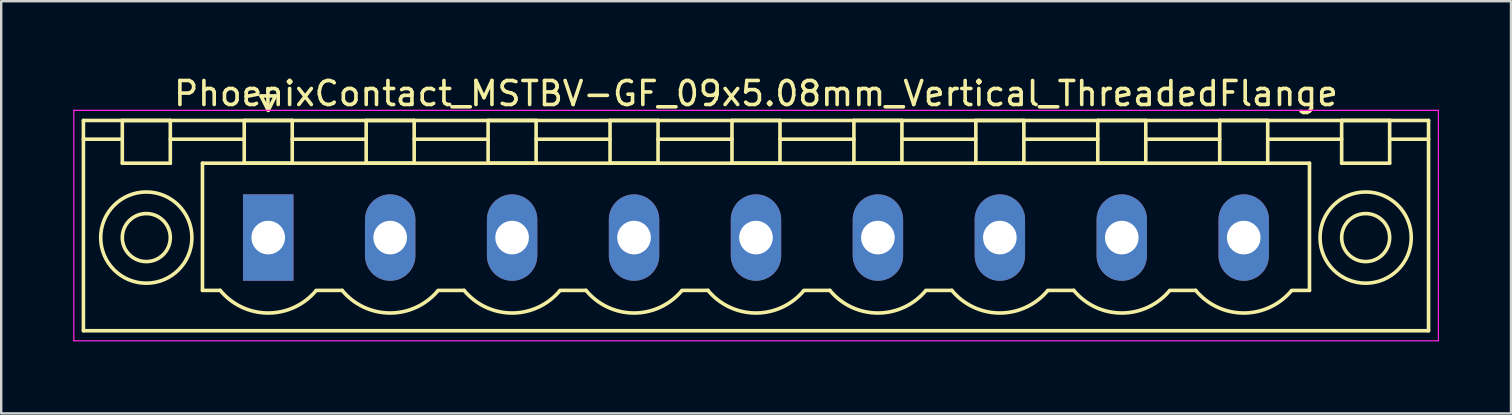
<source format=kicad_pcb>
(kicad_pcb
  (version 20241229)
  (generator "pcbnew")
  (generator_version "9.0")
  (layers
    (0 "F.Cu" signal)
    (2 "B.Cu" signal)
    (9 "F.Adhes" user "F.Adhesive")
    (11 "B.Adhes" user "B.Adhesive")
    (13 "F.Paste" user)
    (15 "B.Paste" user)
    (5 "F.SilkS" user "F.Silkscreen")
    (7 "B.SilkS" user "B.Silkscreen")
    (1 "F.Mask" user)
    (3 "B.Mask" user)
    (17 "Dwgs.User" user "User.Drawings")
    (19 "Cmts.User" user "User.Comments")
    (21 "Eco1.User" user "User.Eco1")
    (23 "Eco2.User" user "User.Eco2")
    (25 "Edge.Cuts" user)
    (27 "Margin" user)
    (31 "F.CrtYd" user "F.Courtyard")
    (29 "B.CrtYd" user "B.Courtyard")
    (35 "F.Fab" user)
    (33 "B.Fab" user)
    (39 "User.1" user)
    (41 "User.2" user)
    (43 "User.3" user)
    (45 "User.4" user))
  (footprint "PhoenixContact_MSTBV-GF_09x5.08mm_Vertical_ThreadedFlange"
    (layer "F.Cu")
    (at 8.125 6.848)
    (property "Reference" "PhoenixContact_MSTBV-GF_09x5.08mm_Vertical_ThreadedFlange" (at 20.32 -6 0) (layer "F.SilkS") (effects (font (size 1 1) (thickness 0.15))))
    (attr through_hole)
    (fp_line (start -7.7 -4.88) (end -7.7 3.88) (stroke (width 0.15) (type solid)) (layer "F.SilkS"))
    (fp_line (start -7.7 -4.1) (end -6.16 -4.1) (stroke (width 0.15) (type solid)) (layer "F.SilkS"))
    (fp_line (start -7.7 3.88) (end 48.34 3.88) (stroke (width 0.15) (type solid)) (layer "F.SilkS"))
    (fp_line (start -6.08 -4.88) (end -4.08 -4.88) (stroke (width 0.15) (type solid)) (layer "F.SilkS"))
    (fp_line (start -6.08 -3.1) (end -6.08 -4.88) (stroke (width 0.15) (type solid)) (layer "F.SilkS"))
    (fp_line (start -4.08 -4.88) (end -4.08 -3.1) (stroke (width 0.15) (type solid)) (layer "F.SilkS"))
    (fp_line (start -4.08 -4.1) (end -1 -4.1) (stroke (width 0.15) (type solid)) (layer "F.SilkS"))
    (fp_line (start -4.08 -3.1) (end -6.08 -3.1) (stroke (width 0.15) (type solid)) (layer "F.SilkS"))
    (fp_line (start -2.74 -3.1) (end 43.38 -3.1) (stroke (width 0.15) (type solid)) (layer "F.SilkS"))
    (fp_line (start -2.74 2.2) (end -2.74 -3.1) (stroke (width 0.15) (type solid)) (layer "F.SilkS"))
    (fp_line (start -2 2.2) (end -2.74 2.2) (stroke (width 0.15) (type solid)) (layer "F.SilkS"))
    (fp_line (start -1 -4.88) (end 1 -4.88) (stroke (width 0.15) (type solid)) (layer "F.SilkS"))
    (fp_line (start -1 -3.1) (end -1 -4.88) (stroke (width 0.15) (type solid)) (layer "F.SilkS"))
    (fp_line (start -0.3 -5.9) (end 0 -5.3) (stroke (width 0.15) (type solid)) (layer "F.SilkS"))
    (fp_line (start 0 -5.3) (end 0.3 -5.9) (stroke (width 0.15) (type solid)) (layer "F.SilkS"))
    (fp_line (start 0.3 -5.9) (end -0.3 -5.9) (stroke (width 0.15) (type solid)) (layer "F.SilkS"))
    (fp_line (start 1 -4.88) (end 1 -3.1) (stroke (width 0.15) (type solid)) (layer "F.SilkS"))
    (fp_line (start 1 -4.1) (end 4.08 -4.1) (stroke (width 0.15) (type solid)) (layer "F.SilkS"))
    (fp_line (start 1 -3.1) (end -1 -3.1) (stroke (width 0.15) (type solid)) (layer "F.SilkS"))
    (fp_line (start 2 2.2) (end 3.08 2.2) (stroke (width 0.15) (type solid)) (layer "F.SilkS"))
    (fp_line (start 4.08 -4.88) (end 6.08 -4.88) (stroke (width 0.15) (type solid)) (layer "F.SilkS"))
    (fp_line (start 4.08 -3.1) (end 4.08 -4.88) (stroke (width 0.15) (type solid)) (layer "F.SilkS"))
    (fp_line (start 6.08 -4.88) (end 6.08 -3.1) (stroke (width 0.15) (type solid)) (layer "F.SilkS"))
    (fp_line (start 6.08 -4.1) (end 9.16 -4.1) (stroke (width 0.15) (type solid)) (layer "F.SilkS"))
    (fp_line (start 6.08 -3.1) (end 4.08 -3.1) (stroke (width 0.15) (type solid)) (layer "F.SilkS"))
    (fp_line (start 7.08 2.2) (end 8.16 2.2) (stroke (width 0.15) (type solid)) (layer "F.SilkS"))
    (fp_line (start 9.16 -4.88) (end 11.16 -4.88) (stroke (width 0.15) (type solid)) (layer "F.SilkS"))
    (fp_line (start 9.16 -3.1) (end 9.16 -4.88) (stroke (width 0.15) (type solid)) (layer "F.SilkS"))
    (fp_line (start 11.16 -4.88) (end 11.16 -3.1) (stroke (width 0.15) (type solid)) (layer "F.SilkS"))
    (fp_line (start 11.16 -4.1) (end 14.24 -4.1) (stroke (width 0.15) (type solid)) (layer "F.SilkS"))
    (fp_line (start 11.16 -3.1) (end 9.16 -3.1) (stroke (width 0.15) (type solid)) (layer "F.SilkS"))
    (fp_line (start 12.16 2.2) (end 13.24 2.2) (stroke (width 0.15) (type solid)) (layer "F.SilkS"))
    (fp_line (start 14.24 -4.88) (end 16.24 -4.88) (stroke (width 0.15) (type solid)) (layer "F.SilkS"))
    (fp_line (start 14.24 -3.1) (end 14.24 -4.88) (stroke (width 0.15) (type solid)) (layer "F.SilkS"))
    (fp_line (start 16.24 -4.88) (end 16.24 -3.1) (stroke (width 0.15) (type solid)) (layer "F.SilkS"))
    (fp_line (start 16.24 -4.1) (end 19.32 -4.1) (stroke (width 0.15) (type solid)) (layer "F.SilkS"))
    (fp_line (start 16.24 -3.1) (end 14.24 -3.1) (stroke (width 0.15) (type solid)) (layer "F.SilkS"))
    (fp_line (start 17.24 2.2) (end 18.32 2.2) (stroke (width 0.15) (type solid)) (layer "F.SilkS"))
    (fp_line (start 19.32 -4.88) (end 21.32 -4.88) (stroke (width 0.15) (type solid)) (layer "F.SilkS"))
    (fp_line (start 19.32 -3.1) (end 19.32 -4.88) (stroke (width 0.15) (type solid)) (layer "F.SilkS"))
    (fp_line (start 21.32 -4.88) (end 21.32 -3.1) (stroke (width 0.15) (type solid)) (layer "F.SilkS"))
    (fp_line (start 21.32 -4.1) (end 24.4 -4.1) (stroke (width 0.15) (type solid)) (layer "F.SilkS"))
    (fp_line (start 21.32 -3.1) (end 19.32 -3.1) (stroke (width 0.15) (type solid)) (layer "F.SilkS"))
    (fp_line (start 22.32 2.2) (end 23.4 2.2) (stroke (width 0.15) (type solid)) (layer "F.SilkS"))
    (fp_line (start 24.4 -4.88) (end 26.4 -4.88) (stroke (width 0.15) (type solid)) (layer "F.SilkS"))
    (fp_line (start 24.4 -3.1) (end 24.4 -4.88) (stroke (width 0.15) (type solid)) (layer "F.SilkS"))
    (fp_line (start 26.4 -4.88) (end 26.4 -3.1) (stroke (width 0.15) (type solid)) (layer "F.SilkS"))
    (fp_line (start 26.4 -4.1) (end 29.48 -4.1) (stroke (width 0.15) (type solid)) (layer "F.SilkS"))
    (fp_line (start 26.4 -3.1) (end 24.4 -3.1) (stroke (width 0.15) (type solid)) (layer "F.SilkS"))
    (fp_line (start 27.4 2.2) (end 28.48 2.2) (stroke (width 0.15) (type solid)) (layer "F.SilkS"))
    (fp_line (start 29.48 -4.88) (end 31.48 -4.88) (stroke (width 0.15) (type solid)) (layer "F.SilkS"))
    (fp_line (start 29.48 -3.1) (end 29.48 -4.88) (stroke (width 0.15) (type solid)) (layer "F.SilkS"))
    (fp_line (start 31.48 -4.88) (end 31.48 -3.1) (stroke (width 0.15) (type solid)) (layer "F.SilkS"))
    (fp_line (start 31.48 -4.1) (end 34.56 -4.1) (stroke (width 0.15) (type solid)) (layer "F.SilkS"))
    (fp_line (start 31.48 -3.1) (end 29.48 -3.1) (stroke (width 0.15) (type solid)) (layer "F.SilkS"))
    (fp_line (start 32.48 2.2) (end 33.56 2.2) (stroke (width 0.15) (type solid)) (layer "F.SilkS"))
    (fp_line (start 34.56 -4.88) (end 36.56 -4.88) (stroke (width 0.15) (type solid)) (layer "F.SilkS"))
    (fp_line (start 34.56 -3.1) (end 34.56 -4.88) (stroke (width 0.15) (type solid)) (layer "F.SilkS"))
    (fp_line (start 36.56 -4.88) (end 36.56 -3.1) (stroke (width 0.15) (type solid)) (layer "F.SilkS"))
    (fp_line (start 36.56 -4.1) (end 39.64 -4.1) (stroke (width 0.15) (type solid)) (layer "F.SilkS"))
    (fp_line (start 36.56 -3.1) (end 34.56 -3.1) (stroke (width 0.15) (type solid)) (layer "F.SilkS"))
    (fp_line (start 37.56 2.2) (end 38.64 2.2) (stroke (width 0.15) (type solid)) (layer "F.SilkS"))
    (fp_line (start 39.64 -4.88) (end 41.64 -4.88) (stroke (width 0.15) (type solid)) (layer "F.SilkS"))
    (fp_line (start 39.64 -3.1) (end 39.64 -4.88) (stroke (width 0.15) (type solid)) (layer "F.SilkS"))
    (fp_line (start 41.64 -4.88) (end 41.64 -3.1) (stroke (width 0.15) (type solid)) (layer "F.SilkS"))
    (fp_line (start 41.64 -4.1) (end 44.72 -4.1) (stroke (width 0.15) (type solid)) (layer "F.SilkS"))
    (fp_line (start 41.64 -3.1) (end 39.64 -3.1) (stroke (width 0.15) (type solid)) (layer "F.SilkS"))
    (fp_line (start 43.38 -3.1) (end 43.38 2.2) (stroke (width 0.15) (type solid)) (layer "F.SilkS"))
    (fp_line (start 43.38 2.2) (end 42.64 2.2) (stroke (width 0.15) (type solid)) (layer "F.SilkS"))
    (fp_line (start 44.72 -4.88) (end 46.72 -4.88) (stroke (width 0.15) (type solid)) (layer "F.SilkS"))
    (fp_line (start 44.72 -3.1) (end 44.72 -4.88) (stroke (width 0.15) (type solid)) (layer "F.SilkS"))
    (fp_line (start 46.72 -4.88) (end 46.72 -3.1) (stroke (width 0.15) (type solid)) (layer "F.SilkS"))
    (fp_line (start 46.72 -3.1) (end 44.72 -3.1) (stroke (width 0.15) (type solid)) (layer "F.SilkS"))
    (fp_line (start 48.34 -4.88) (end -7.7 -4.88) (stroke (width 0.15) (type solid)) (layer "F.SilkS"))
    (fp_line (start 48.34 -4.1) (end 46.8 -4.1) (stroke (width 0.15) (type solid)) (layer "F.SilkS"))
    (fp_line (start 48.34 3.88) (end 48.34 -4.88) (stroke (width 0.15) (type solid)) (layer "F.SilkS"))
    (fp_arc (start 1.986842 2.215821) (mid -0.010289 3.142758) (end -2 2.2) (stroke (width 0.15) (type solid)) (layer "F.SilkS"))
    (fp_arc (start 7.066842 2.215821) (mid 5.069711 3.142758) (end 3.08 2.2) (stroke (width 0.15) (type solid)) (layer "F.SilkS"))
    (fp_arc (start 12.146842 2.215821) (mid 10.149711 3.142758) (end 8.16 2.2) (stroke (width 0.15) (type solid)) (layer "F.SilkS"))
    (fp_arc (start 17.226842 2.215821) (mid 15.229711 3.142758) (end 13.24 2.2) (stroke (width 0.15) (type solid)) (layer "F.SilkS"))
    (fp_arc (start 22.306842 2.215821) (mid 20.309711 3.142758) (end 18.32 2.2) (stroke (width 0.15) (type solid)) (layer "F.SilkS"))
    (fp_arc (start 27.386842 2.215821) (mid 25.389711 3.142758) (end 23.4 2.2) (stroke (width 0.15) (type solid)) (layer "F.SilkS"))
    (fp_arc (start 32.466842 2.215821) (mid 30.469711 3.142758) (end 28.48 2.2) (stroke (width 0.15) (type solid)) (layer "F.SilkS"))
    (fp_arc (start 37.546842 2.215821) (mid 35.549711 3.142758) (end 33.56 2.2) (stroke (width 0.15) (type solid)) (layer "F.SilkS"))
    (fp_arc (start 42.626842 2.215821) (mid 40.629711 3.142758) (end 38.64 2.2) (stroke (width 0.15) (type solid)) (layer "F.SilkS"))
    (fp_circle (center -5.08 0) (end -4.08 0) (stroke (width 0.15) (type solid)) (fill no) (layer "F.SilkS"))
    (fp_circle (center -5.08 0) (end -3.18 0) (stroke (width 0.15) (type solid)) (fill no) (layer "F.SilkS"))
    (fp_circle (center 45.72 0) (end 46.72 0) (stroke (width 0.15) (type solid)) (fill no) (layer "F.SilkS"))
    (fp_circle (center 45.72 0) (end 47.62 0) (stroke (width 0.15) (type solid)) (fill no) (layer "F.SilkS"))
    (fp_line (start -8.1 -5.3) (end -8.1 4.3) (stroke (width 0.05) (type solid)) (layer "F.CrtYd"))
    (fp_line (start -8.1 4.3) (end 48.75 4.3) (stroke (width 0.05) (type solid)) (layer "F.CrtYd"))
    (fp_line (start 48.75 -5.3) (end -8.1 -5.3) (stroke (width 0.05) (type solid)) (layer "F.CrtYd"))
    (fp_line (start 48.75 4.3) (end 48.75 -5.3) (stroke (width 0.05) (type solid)) (layer "F.CrtYd"))
    (pad "1" thru_hole rect (at 0 0) (size 2.1 3.6) (drill 1.4) (layers "*.Cu" "*.Mask"))
    (pad "2" thru_hole oval (at 5.08 0) (size 2.1 3.6) (drill 1.4) (layers "*.Cu" "*.Mask"))
    (pad "3" thru_hole oval (at 10.16 0) (size 2.1 3.6) (drill 1.4) (layers "*.Cu" "*.Mask"))
    (pad "4" thru_hole oval (at 15.24 0) (size 2.1 3.6) (drill 1.4) (layers "*.Cu" "*.Mask"))
    (pad "5" thru_hole oval (at 20.32 0) (size 2.1 3.6) (drill 1.4) (layers "*.Cu" "*.Mask"))
    (pad "6" thru_hole oval (at 25.4 0) (size 2.1 3.6) (drill 1.4) (layers "*.Cu" "*.Mask"))
    (pad "7" thru_hole oval (at 30.48 0) (size 2.1 3.6) (drill 1.4) (layers "*.Cu" "*.Mask"))
    (pad "8" thru_hole oval (at 35.56 0) (size 2.1 3.6) (drill 1.4) (layers "*.Cu" "*.Mask"))
    (pad "9" thru_hole oval (at 40.64 0) (size 2.1 3.6) (drill 1.4) (layers "*.Cu" "*.Mask")))
  (gr_rect
    (start -3 -3)
    (end 59.9 14.173)
    (stroke (width 0.1) (type default))
    (fill no)
    (layer "Edge.Cuts")))
</source>
